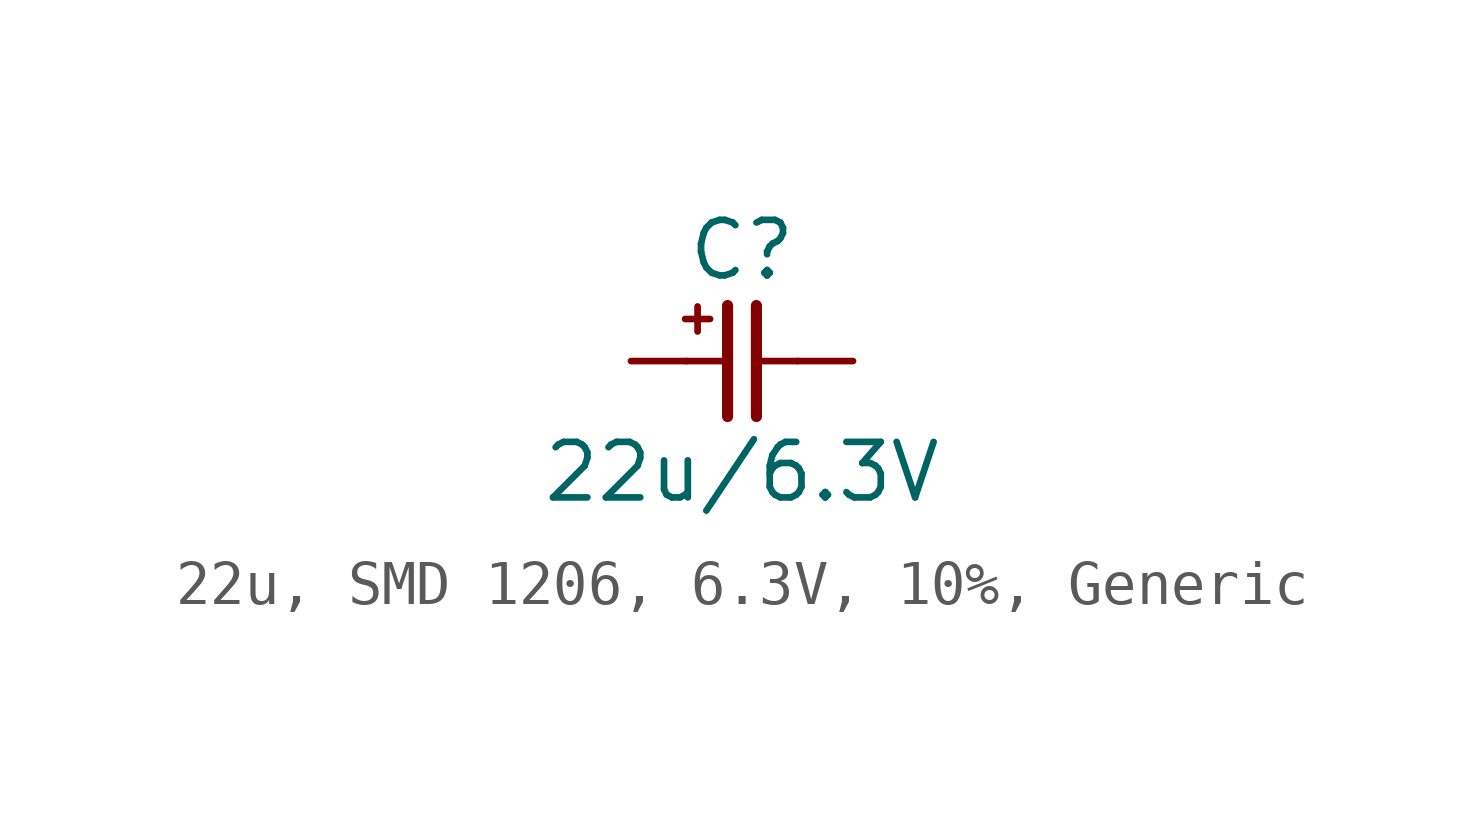
<source format=kicad_sym>
(kicad_symbol_lib
  (version 20241209)
  (generator "kicad_symbol_editor")
  (generator_version "9.0")
  (symbol "22u, SMD 1206, 6.3V, 10%, Generic"
    (pin_numbers
      (hide yes))
    (pin_names
      (offset 0)
      (hide yes))
    (property "Reference" "C"
      (at 0 2.54 0)
      (effects (font (size 1.27 1.27))))
    (property "Value" "22u/6.3V"
      (at 0 -2.54 0)
      (effects (font (size 1.27 1.27))))
    (symbol "22u, SMD 1206, 6.3V, 10%, Generic_0_0"
      (text "+" (at -1.016 1.016 0) (effects (font (size 0.75 0.75)))))
    (symbol "22u, SMD 1206, 6.3V, 10%, Generic_0_1"
      (polyline (pts (xy -0.33 1.27) (xy -0.33 -1.27)) (stroke (width 0.254) (type default)) (fill (type none)))
      (polyline (pts (xy -0.318 0) (xy -1.27 0)) (stroke (width 0) (type default)) (fill (type none)))
      (polyline (pts (xy 0.33 1.27) (xy 0.33 -1.27)) (stroke (width 0.254) (type default)) (fill (type none)))
      (polyline (pts (xy 1.27 0) (xy 0.318 0)) (stroke (width 0) (type default)) (fill (type none))))
    (symbol "22u, SMD 1206, 6.3V, 10%, Generic_1_1"
      (pin passive line (at -2.54 0 0) (length 1.27) (name "1" (effects (font (size 1.27 1.27)))) (number "1" (effects (font (size 1.27 1.27)))))
      (pin passive line (at 2.54 0 180) (length 1.27) (name "2" (effects (font (size 1.27 1.27)))) (number "2" (effects (font (size 1.27 1.27))))))))
</source>
